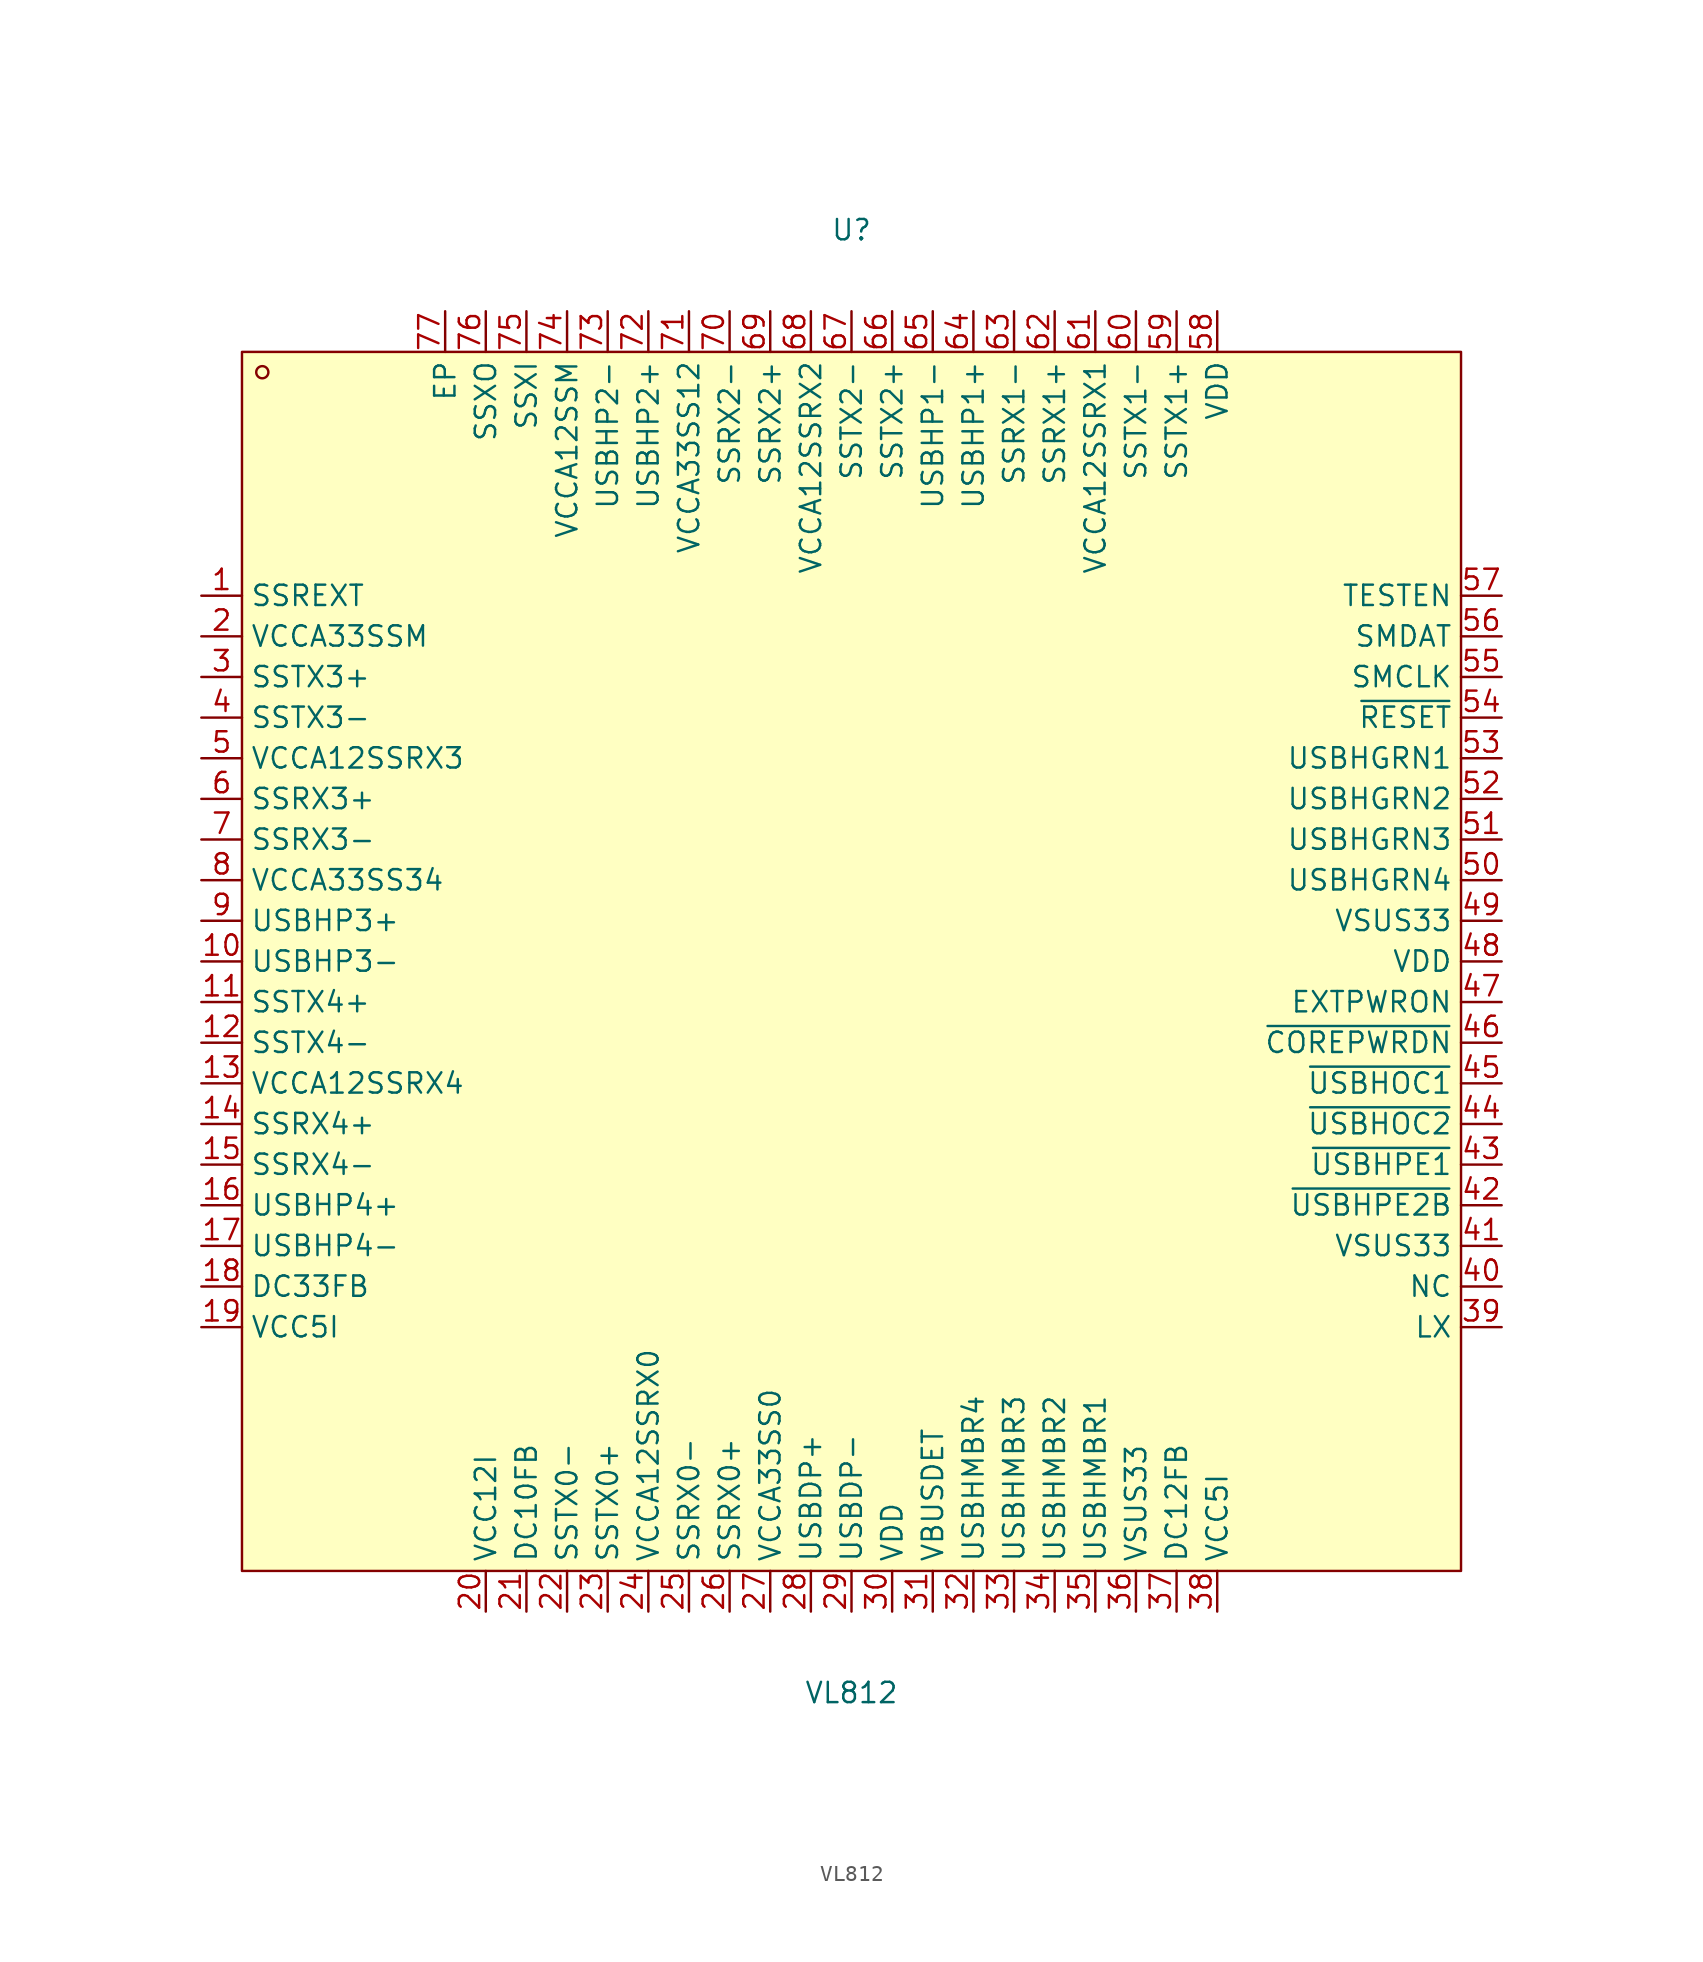
<source format=kicad_sym>
(kicad_symbol_lib
  (version 20211014)
  (generator https://github.com/uPesy/easyeda2kicad.py)
  (symbol "VL812"
    (property "Reference" "U"
      (at 0 45.72 0)
      (effects (font (size 1.27 1.27))))
    (property "Value" "VL812"
      (at 0 -45.72 0)
      (effects (font (size 1.27 1.27))))
    (symbol "VL812_0_1"
      (rectangle (start -38.10 38.10) (end 38.10 -38.10) (stroke (width 0) (type default) (color 0 0 0 0)) (fill (type background)))
      (circle (center -36.83 36.83) (radius 0.38) (stroke (width 0) (type default) (color 0 0 0 0)) (fill (type none)))
      (pin unspecified line (at -40.64 22.86 0) (length 2.54) (name "SSREXT" (effects (font (size 1.27 1.27)))) (number "1" (effects (font (size 1.27 1.27)))))
      (pin unspecified line (at -40.64 20.32 0) (length 2.54) (name "VCCA33SSM" (effects (font (size 1.27 1.27)))) (number "2" (effects (font (size 1.27 1.27)))))
      (pin unspecified line (at -40.64 17.78 0) (length 2.54) (name "SSTX3+" (effects (font (size 1.27 1.27)))) (number "3" (effects (font (size 1.27 1.27)))))
      (pin unspecified line (at -40.64 15.24 0) (length 2.54) (name "SSTX3-" (effects (font (size 1.27 1.27)))) (number "4" (effects (font (size 1.27 1.27)))))
      (pin unspecified line (at -40.64 12.70 0) (length 2.54) (name "VCCA12SSRX3" (effects (font (size 1.27 1.27)))) (number "5" (effects (font (size 1.27 1.27)))))
      (pin unspecified line (at -40.64 10.16 0) (length 2.54) (name "SSRX3+" (effects (font (size 1.27 1.27)))) (number "6" (effects (font (size 1.27 1.27)))))
      (pin unspecified line (at -40.64 7.62 0) (length 2.54) (name "SSRX3-" (effects (font (size 1.27 1.27)))) (number "7" (effects (font (size 1.27 1.27)))))
      (pin unspecified line (at -40.64 5.08 0) (length 2.54) (name "VCCA33SS34" (effects (font (size 1.27 1.27)))) (number "8" (effects (font (size 1.27 1.27)))))
      (pin unspecified line (at -40.64 2.54 0) (length 2.54) (name "USBHP3+" (effects (font (size 1.27 1.27)))) (number "9" (effects (font (size 1.27 1.27)))))
      (pin unspecified line (at -40.64 -0.00 0) (length 2.54) (name "USBHP3-" (effects (font (size 1.27 1.27)))) (number "10" (effects (font (size 1.27 1.27)))))
      (pin unspecified line (at -40.64 -2.54 0) (length 2.54) (name "SSTX4+" (effects (font (size 1.27 1.27)))) (number "11" (effects (font (size 1.27 1.27)))))
      (pin unspecified line (at -40.64 -5.08 0) (length 2.54) (name "SSTX4-" (effects (font (size 1.27 1.27)))) (number "12" (effects (font (size 1.27 1.27)))))
      (pin unspecified line (at -40.64 -7.62 0) (length 2.54) (name "VCCA12SSRX4" (effects (font (size 1.27 1.27)))) (number "13" (effects (font (size 1.27 1.27)))))
      (pin unspecified line (at -40.64 -10.16 0) (length 2.54) (name "SSRX4+" (effects (font (size 1.27 1.27)))) (number "14" (effects (font (size 1.27 1.27)))))
      (pin unspecified line (at -40.64 -12.70 0) (length 2.54) (name "SSRX4-" (effects (font (size 1.27 1.27)))) (number "15" (effects (font (size 1.27 1.27)))))
      (pin unspecified line (at -40.64 -15.24 0) (length 2.54) (name "USBHP4+" (effects (font (size 1.27 1.27)))) (number "16" (effects (font (size 1.27 1.27)))))
      (pin unspecified line (at -40.64 -17.78 0) (length 2.54) (name "USBHP4-" (effects (font (size 1.27 1.27)))) (number "17" (effects (font (size 1.27 1.27)))))
      (pin unspecified line (at -40.64 -20.32 0) (length 2.54) (name "DC33FB" (effects (font (size 1.27 1.27)))) (number "18" (effects (font (size 1.27 1.27)))))
      (pin unspecified line (at -40.64 -22.86 0) (length 2.54) (name "VCC5I" (effects (font (size 1.27 1.27)))) (number "19" (effects (font (size 1.27 1.27)))))
      (pin unspecified line (at -22.86 -40.64 90) (length 2.54) (name "VCC12I" (effects (font (size 1.27 1.27)))) (number "20" (effects (font (size 1.27 1.27)))))
      (pin unspecified line (at -20.32 -40.64 90) (length 2.54) (name "DC10FB" (effects (font (size 1.27 1.27)))) (number "21" (effects (font (size 1.27 1.27)))))
      (pin unspecified line (at -17.78 -40.64 90) (length 2.54) (name "SSTX0-" (effects (font (size 1.27 1.27)))) (number "22" (effects (font (size 1.27 1.27)))))
      (pin unspecified line (at -15.24 -40.64 90) (length 2.54) (name "SSTX0+" (effects (font (size 1.27 1.27)))) (number "23" (effects (font (size 1.27 1.27)))))
      (pin unspecified line (at -12.70 -40.64 90) (length 2.54) (name "VCCA12SSRX0" (effects (font (size 1.27 1.27)))) (number "24" (effects (font (size 1.27 1.27)))))
      (pin unspecified line (at -10.16 -40.64 90) (length 2.54) (name "SSRX0-" (effects (font (size 1.27 1.27)))) (number "25" (effects (font (size 1.27 1.27)))))
      (pin unspecified line (at -7.62 -40.64 90) (length 2.54) (name "SSRX0+" (effects (font (size 1.27 1.27)))) (number "26" (effects (font (size 1.27 1.27)))))
      (pin unspecified line (at -5.08 -40.64 90) (length 2.54) (name "VCCA33SS0" (effects (font (size 1.27 1.27)))) (number "27" (effects (font (size 1.27 1.27)))))
      (pin unspecified line (at -2.54 -40.64 90) (length 2.54) (name "USBDP+" (effects (font (size 1.27 1.27)))) (number "28" (effects (font (size 1.27 1.27)))))
      (pin unspecified line (at 0.00 -40.64 90) (length 2.54) (name "USBDP-" (effects (font (size 1.27 1.27)))) (number "29" (effects (font (size 1.27 1.27)))))
      (pin unspecified line (at 2.54 -40.64 90) (length 2.54) (name "VDD" (effects (font (size 1.27 1.27)))) (number "30" (effects (font (size 1.27 1.27)))))
      (pin unspecified line (at 5.08 -40.64 90) (length 2.54) (name "VBUSDET" (effects (font (size 1.27 1.27)))) (number "31" (effects (font (size 1.27 1.27)))))
      (pin unspecified line (at 7.62 -40.64 90) (length 2.54) (name "USBHMBR4" (effects (font (size 1.27 1.27)))) (number "32" (effects (font (size 1.27 1.27)))))
      (pin unspecified line (at 10.16 -40.64 90) (length 2.54) (name "USBHMBR3" (effects (font (size 1.27 1.27)))) (number "33" (effects (font (size 1.27 1.27)))))
      (pin unspecified line (at 12.70 -40.64 90) (length 2.54) (name "USBHMBR2" (effects (font (size 1.27 1.27)))) (number "34" (effects (font (size 1.27 1.27)))))
      (pin unspecified line (at 15.24 -40.64 90) (length 2.54) (name "USBHMBR1" (effects (font (size 1.27 1.27)))) (number "35" (effects (font (size 1.27 1.27)))))
      (pin unspecified line (at 17.78 -40.64 90) (length 2.54) (name "VSUS33" (effects (font (size 1.27 1.27)))) (number "36" (effects (font (size 1.27 1.27)))))
      (pin unspecified line (at 20.32 -40.64 90) (length 2.54) (name "DC12FB" (effects (font (size 1.27 1.27)))) (number "37" (effects (font (size 1.27 1.27)))))
      (pin unspecified line (at 22.86 -40.64 90) (length 2.54) (name "VCC5I" (effects (font (size 1.27 1.27)))) (number "38" (effects (font (size 1.27 1.27)))))
      (pin unspecified line (at 40.64 -22.86 180) (length 2.54) (name "LX" (effects (font (size 1.27 1.27)))) (number "39" (effects (font (size 1.27 1.27)))))
      (pin unspecified line (at 40.64 -20.32 180) (length 2.54) (name "NC" (effects (font (size 1.27 1.27)))) (number "40" (effects (font (size 1.27 1.27)))))
      (pin unspecified line (at 40.64 -17.78 180) (length 2.54) (name "VSUS33" (effects (font (size 1.27 1.27)))) (number "41" (effects (font (size 1.27 1.27)))))
      (pin unspecified line (at 40.64 -15.24 180) (length 2.54) (name "~{USBHPE2B}" (effects (font (size 1.27 1.27)))) (number "42" (effects (font (size 1.27 1.27)))))
      (pin unspecified line (at 40.64 -12.70 180) (length 2.54) (name "~{USBHPE1}" (effects (font (size 1.27 1.27)))) (number "43" (effects (font (size 1.27 1.27)))))
      (pin unspecified line (at 40.64 -10.16 180) (length 2.54) (name "~{USBHOC2}" (effects (font (size 1.27 1.27)))) (number "44" (effects (font (size 1.27 1.27)))))
      (pin unspecified line (at 40.64 -7.62 180) (length 2.54) (name "~{USBHOC1}" (effects (font (size 1.27 1.27)))) (number "45" (effects (font (size 1.27 1.27)))))
      (pin unspecified line (at 40.64 -5.08 180) (length 2.54) (name "~{COREPWRDN}" (effects (font (size 1.27 1.27)))) (number "46" (effects (font (size 1.27 1.27)))))
      (pin unspecified line (at 40.64 -2.54 180) (length 2.54) (name "EXTPWRON" (effects (font (size 1.27 1.27)))) (number "47" (effects (font (size 1.27 1.27)))))
      (pin unspecified line (at 40.64 -0.00 180) (length 2.54) (name "VDD" (effects (font (size 1.27 1.27)))) (number "48" (effects (font (size 1.27 1.27)))))
      (pin unspecified line (at 40.64 2.54 180) (length 2.54) (name "VSUS33" (effects (font (size 1.27 1.27)))) (number "49" (effects (font (size 1.27 1.27)))))
      (pin unspecified line (at 40.64 5.08 180) (length 2.54) (name "USBHGRN4" (effects (font (size 1.27 1.27)))) (number "50" (effects (font (size 1.27 1.27)))))
      (pin unspecified line (at 40.64 7.62 180) (length 2.54) (name "USBHGRN3" (effects (font (size 1.27 1.27)))) (number "51" (effects (font (size 1.27 1.27)))))
      (pin unspecified line (at 40.64 10.16 180) (length 2.54) (name "USBHGRN2" (effects (font (size 1.27 1.27)))) (number "52" (effects (font (size 1.27 1.27)))))
      (pin unspecified line (at 40.64 12.70 180) (length 2.54) (name "USBHGRN1" (effects (font (size 1.27 1.27)))) (number "53" (effects (font (size 1.27 1.27)))))
      (pin unspecified line (at 40.64 15.24 180) (length 2.54) (name "~{RESET}" (effects (font (size 1.27 1.27)))) (number "54" (effects (font (size 1.27 1.27)))))
      (pin unspecified line (at 40.64 17.78 180) (length 2.54) (name "SMCLK" (effects (font (size 1.27 1.27)))) (number "55" (effects (font (size 1.27 1.27)))))
      (pin unspecified line (at 40.64 20.32 180) (length 2.54) (name "SMDAT" (effects (font (size 1.27 1.27)))) (number "56" (effects (font (size 1.27 1.27)))))
      (pin unspecified line (at 40.64 22.86 180) (length 2.54) (name "TESTEN" (effects (font (size 1.27 1.27)))) (number "57" (effects (font (size 1.27 1.27)))))
      (pin unspecified line (at 22.86 40.64 270) (length 2.54) (name "VDD" (effects (font (size 1.27 1.27)))) (number "58" (effects (font (size 1.27 1.27)))))
      (pin unspecified line (at 20.32 40.64 270) (length 2.54) (name "SSTX1+" (effects (font (size 1.27 1.27)))) (number "59" (effects (font (size 1.27 1.27)))))
      (pin unspecified line (at 17.78 40.64 270) (length 2.54) (name "SSTX1-" (effects (font (size 1.27 1.27)))) (number "60" (effects (font (size 1.27 1.27)))))
      (pin unspecified line (at 15.24 40.64 270) (length 2.54) (name "VCCA12SSRX1" (effects (font (size 1.27 1.27)))) (number "61" (effects (font (size 1.27 1.27)))))
      (pin unspecified line (at 12.70 40.64 270) (length 2.54) (name "SSRX1+" (effects (font (size 1.27 1.27)))) (number "62" (effects (font (size 1.27 1.27)))))
      (pin unspecified line (at 10.16 40.64 270) (length 2.54) (name "SSRX1-" (effects (font (size 1.27 1.27)))) (number "63" (effects (font (size 1.27 1.27)))))
      (pin unspecified line (at 7.62 40.64 270) (length 2.54) (name "USBHP1+" (effects (font (size 1.27 1.27)))) (number "64" (effects (font (size 1.27 1.27)))))
      (pin unspecified line (at 5.08 40.64 270) (length 2.54) (name "USBHP1-" (effects (font (size 1.27 1.27)))) (number "65" (effects (font (size 1.27 1.27)))))
      (pin unspecified line (at 2.54 40.64 270) (length 2.54) (name "SSTX2+" (effects (font (size 1.27 1.27)))) (number "66" (effects (font (size 1.27 1.27)))))
      (pin unspecified line (at 0.00 40.64 270) (length 2.54) (name "SSTX2-" (effects (font (size 1.27 1.27)))) (number "67" (effects (font (size 1.27 1.27)))))
      (pin unspecified line (at -2.54 40.64 270) (length 2.54) (name "VCCA12SSRX2" (effects (font (size 1.27 1.27)))) (number "68" (effects (font (size 1.27 1.27)))))
      (pin unspecified line (at -5.08 40.64 270) (length 2.54) (name "SSRX2+" (effects (font (size 1.27 1.27)))) (number "69" (effects (font (size 1.27 1.27)))))
      (pin unspecified line (at -7.62 40.64 270) (length 2.54) (name "SSRX2-" (effects (font (size 1.27 1.27)))) (number "70" (effects (font (size 1.27 1.27)))))
      (pin unspecified line (at -10.16 40.64 270) (length 2.54) (name "VCCA33SS12" (effects (font (size 1.27 1.27)))) (number "71" (effects (font (size 1.27 1.27)))))
      (pin unspecified line (at -12.70 40.64 270) (length 2.54) (name "USBHP2+" (effects (font (size 1.27 1.27)))) (number "72" (effects (font (size 1.27 1.27)))))
      (pin unspecified line (at -15.24 40.64 270) (length 2.54) (name "USBHP2-" (effects (font (size 1.27 1.27)))) (number "73" (effects (font (size 1.27 1.27)))))
      (pin unspecified line (at -17.78 40.64 270) (length 2.54) (name "VCCA12SSM" (effects (font (size 1.27 1.27)))) (number "74" (effects (font (size 1.27 1.27)))))
      (pin unspecified line (at -20.32 40.64 270) (length 2.54) (name "SSXI" (effects (font (size 1.27 1.27)))) (number "75" (effects (font (size 1.27 1.27)))))
      (pin unspecified line (at -22.86 40.64 270) (length 2.54) (name "SSXO" (effects (font (size 1.27 1.27)))) (number "76" (effects (font (size 1.27 1.27)))))
      (pin unspecified line (at -25.40 40.64 270) (length 2.54) (name "EP" (effects (font (size 1.27 1.27)))) (number "77" (effects (font (size 1.27 1.27))))))))
</source>
